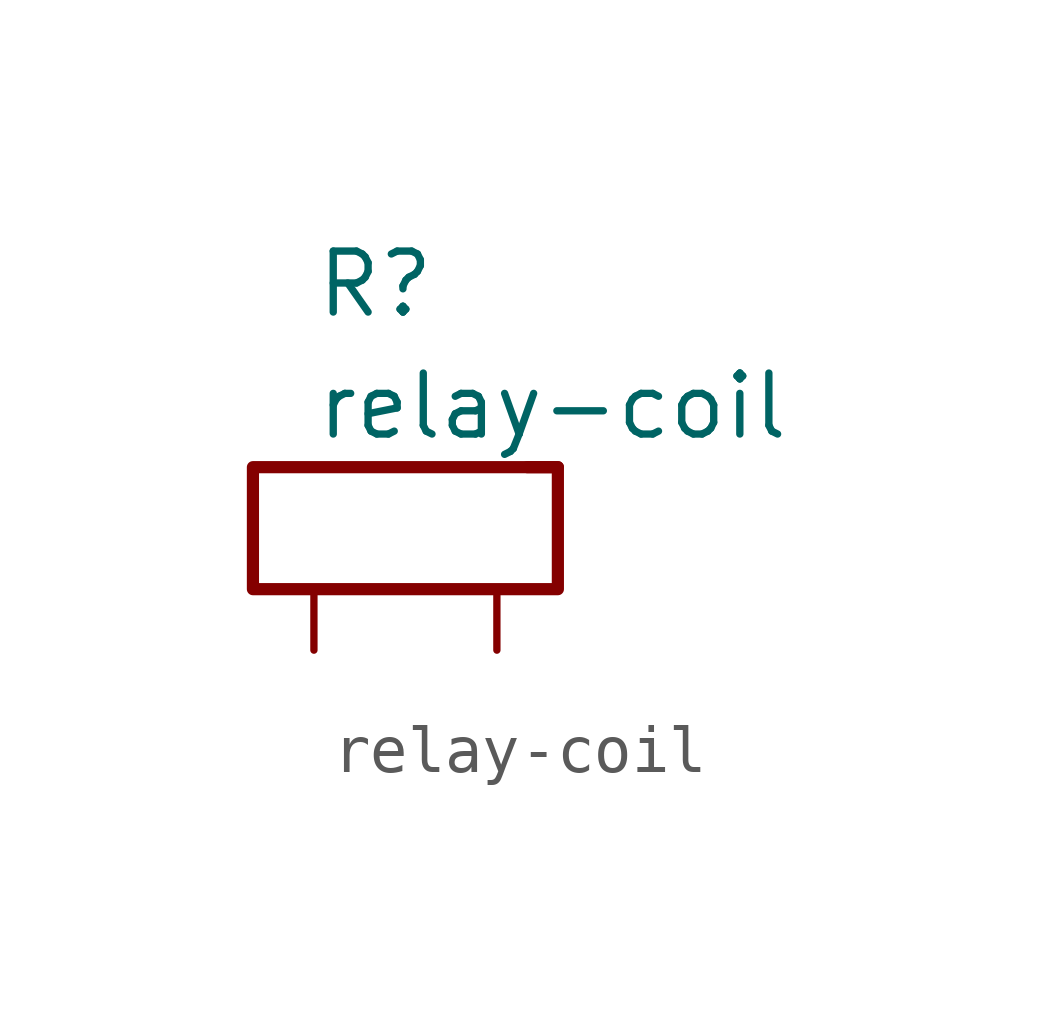
<source format=kicad_sym>
(kicad_symbol_lib
  (version 20231120)
  (generator "kicad_symbol_editor")
  (generator_version "8.0")
  (symbol "relay-coil"
    (pin_numbers hide)
    (pin_names
      (offset 0) hide)
    (property "Reference" "R"
      (at -2.54 5.08 0)
      (effects (font (size 1.27 1.27)) (justify left)))
    (property "Value" "relay-coil"
      (at -2.54 2.54 0)
      (effects (font (size 1.27 1.27)) (justify left)))
    (symbol "relay-coil_0_1"
      (rectangle (start -3.81 1.27) (end 2.54 -1.27) (stroke (width 0.254) (type default)) (fill (type none)))
      (polyline (pts (xy 1.905 1.27) (xy 2.54 1.27)) (stroke (width 0.254) (type default)) (fill (type none))))
    (symbol "relay-coil_1_1"
      (pin passive line (at -2.54 -2.54 90) (length 1.27) (name "~" (effects (font (size 1.27 1.27)))) (number "1" (effects (font (size 1.27 1.27)))))
      (pin passive line (at 1.27 -2.54 90) (length 1.27) (name "~" (effects (font (size 1.27 1.27)))) (number "2" (effects (font (size 1.27 1.27))))))))
</source>
